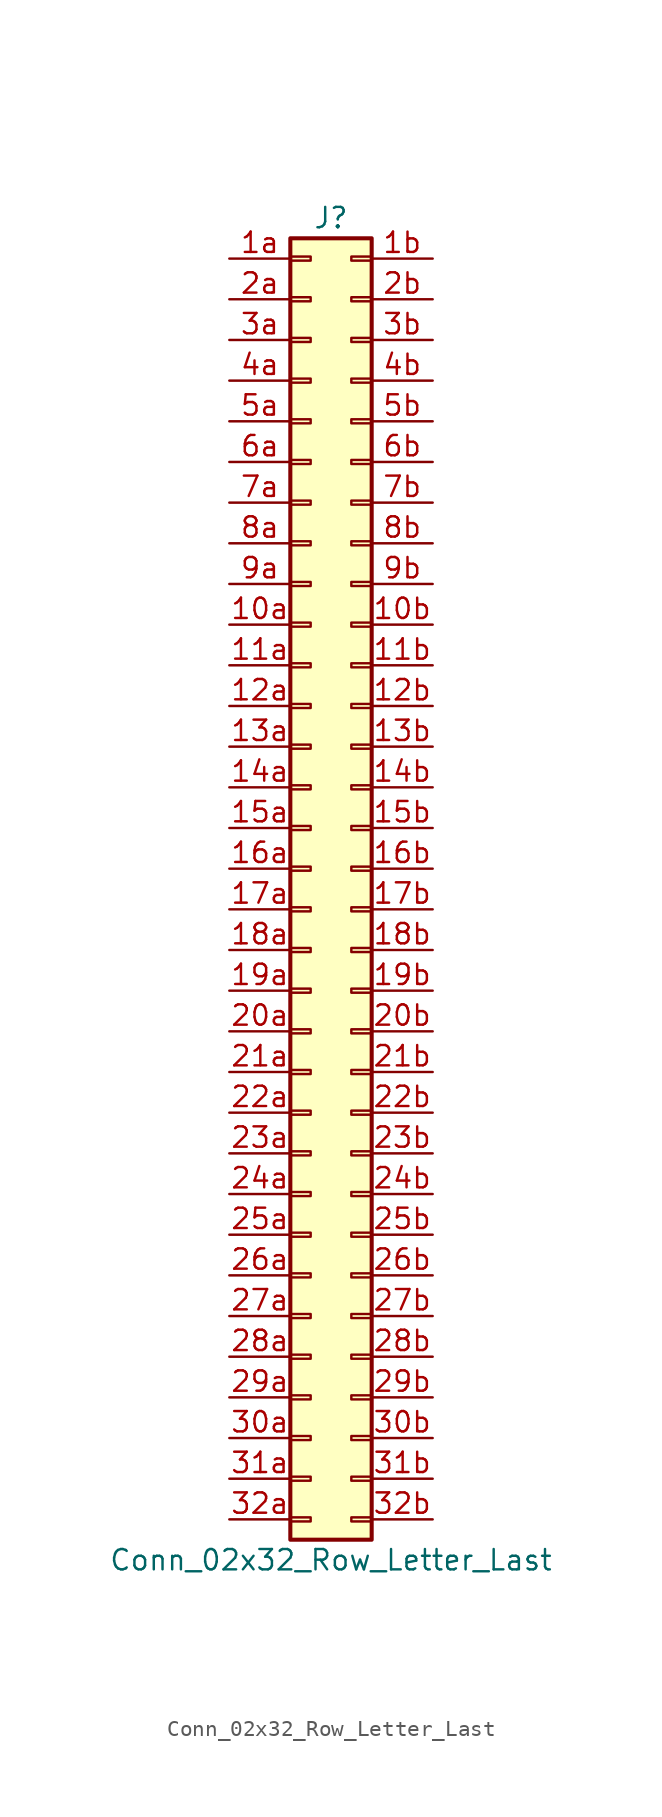
<source format=kicad_sym>
(kicad_symbol_lib
  (version 20211014)
  (generator kicad_symbol_editor)
  (symbol "Conn_02x32_Row_Letter_Last"
    (pin_names
      (offset 1.016) hide)
    (property "Reference" "J"
      (at 1.27 40.64 0)
      (effects (font (size 1.27 1.27))))
    (property "Value" "Conn_02x32_Row_Letter_Last"
      (at 1.27 -43.18 0)
      (effects (font (size 1.27 1.27))))
    (symbol "Conn_02x32_Row_Letter_Last_1_1"
      (rectangle (start -1.27 -40.513) (end 0 -40.767) (stroke (width 0.152) (type default) (color 0 0 0 0)) (fill (type none)))
      (rectangle (start -1.27 -37.973) (end 0 -38.227) (stroke (width 0.152) (type default) (color 0 0 0 0)) (fill (type none)))
      (rectangle (start -1.27 -35.433) (end 0 -35.687) (stroke (width 0.152) (type default) (color 0 0 0 0)) (fill (type none)))
      (rectangle (start -1.27 -32.893) (end 0 -33.147) (stroke (width 0.152) (type default) (color 0 0 0 0)) (fill (type none)))
      (rectangle (start -1.27 -30.353) (end 0 -30.607) (stroke (width 0.152) (type default) (color 0 0 0 0)) (fill (type none)))
      (rectangle (start -1.27 -27.813) (end 0 -28.067) (stroke (width 0.152) (type default) (color 0 0 0 0)) (fill (type none)))
      (rectangle (start -1.27 -25.273) (end 0 -25.527) (stroke (width 0.152) (type default) (color 0 0 0 0)) (fill (type none)))
      (rectangle (start -1.27 -22.733) (end 0 -22.987) (stroke (width 0.152) (type default) (color 0 0 0 0)) (fill (type none)))
      (rectangle (start -1.27 -20.193) (end 0 -20.447) (stroke (width 0.152) (type default) (color 0 0 0 0)) (fill (type none)))
      (rectangle (start -1.27 -17.653) (end 0 -17.907) (stroke (width 0.152) (type default) (color 0 0 0 0)) (fill (type none)))
      (rectangle (start -1.27 -15.113) (end 0 -15.367) (stroke (width 0.152) (type default) (color 0 0 0 0)) (fill (type none)))
      (rectangle (start -1.27 -12.573) (end 0 -12.827) (stroke (width 0.152) (type default) (color 0 0 0 0)) (fill (type none)))
      (rectangle (start -1.27 -10.033) (end 0 -10.287) (stroke (width 0.152) (type default) (color 0 0 0 0)) (fill (type none)))
      (rectangle (start -1.27 -7.493) (end 0 -7.747) (stroke (width 0.152) (type default) (color 0 0 0 0)) (fill (type none)))
      (rectangle (start -1.27 -4.953) (end 0 -5.207) (stroke (width 0.152) (type default) (color 0 0 0 0)) (fill (type none)))
      (rectangle (start -1.27 -2.413) (end 0 -2.667) (stroke (width 0.152) (type default) (color 0 0 0 0)) (fill (type none)))
      (rectangle (start -1.27 0.127) (end 0 -0.127) (stroke (width 0.152) (type default) (color 0 0 0 0)) (fill (type none)))
      (rectangle (start -1.27 2.667) (end 0 2.413) (stroke (width 0.152) (type default) (color 0 0 0 0)) (fill (type none)))
      (rectangle (start -1.27 5.207) (end 0 4.953) (stroke (width 0.152) (type default) (color 0 0 0 0)) (fill (type none)))
      (rectangle (start -1.27 7.747) (end 0 7.493) (stroke (width 0.152) (type default) (color 0 0 0 0)) (fill (type none)))
      (rectangle (start -1.27 10.287) (end 0 10.033) (stroke (width 0.152) (type default) (color 0 0 0 0)) (fill (type none)))
      (rectangle (start -1.27 12.827) (end 0 12.573) (stroke (width 0.152) (type default) (color 0 0 0 0)) (fill (type none)))
      (rectangle (start -1.27 15.367) (end 0 15.113) (stroke (width 0.152) (type default) (color 0 0 0 0)) (fill (type none)))
      (rectangle (start -1.27 17.907) (end 0 17.653) (stroke (width 0.152) (type default) (color 0 0 0 0)) (fill (type none)))
      (rectangle (start -1.27 20.447) (end 0 20.193) (stroke (width 0.152) (type default) (color 0 0 0 0)) (fill (type none)))
      (rectangle (start -1.27 22.987) (end 0 22.733) (stroke (width 0.152) (type default) (color 0 0 0 0)) (fill (type none)))
      (rectangle (start -1.27 25.527) (end 0 25.273) (stroke (width 0.152) (type default) (color 0 0 0 0)) (fill (type none)))
      (rectangle (start -1.27 28.067) (end 0 27.813) (stroke (width 0.152) (type default) (color 0 0 0 0)) (fill (type none)))
      (rectangle (start -1.27 30.607) (end 0 30.353) (stroke (width 0.152) (type default) (color 0 0 0 0)) (fill (type none)))
      (rectangle (start -1.27 33.147) (end 0 32.893) (stroke (width 0.152) (type default) (color 0 0 0 0)) (fill (type none)))
      (rectangle (start -1.27 35.687) (end 0 35.433) (stroke (width 0.152) (type default) (color 0 0 0 0)) (fill (type none)))
      (rectangle (start -1.27 38.227) (end 0 37.973) (stroke (width 0.152) (type default) (color 0 0 0 0)) (fill (type none)))
      (rectangle (start -1.27 39.37) (end 3.81 -41.91) (stroke (width 0.254) (type default) (color 0 0 0 0)) (fill (type background)))
      (rectangle (start 3.81 -40.513) (end 2.54 -40.767) (stroke (width 0.152) (type default) (color 0 0 0 0)) (fill (type none)))
      (rectangle (start 3.81 -37.973) (end 2.54 -38.227) (stroke (width 0.152) (type default) (color 0 0 0 0)) (fill (type none)))
      (rectangle (start 3.81 -35.433) (end 2.54 -35.687) (stroke (width 0.152) (type default) (color 0 0 0 0)) (fill (type none)))
      (rectangle (start 3.81 -32.893) (end 2.54 -33.147) (stroke (width 0.152) (type default) (color 0 0 0 0)) (fill (type none)))
      (rectangle (start 3.81 -30.353) (end 2.54 -30.607) (stroke (width 0.152) (type default) (color 0 0 0 0)) (fill (type none)))
      (rectangle (start 3.81 -27.813) (end 2.54 -28.067) (stroke (width 0.152) (type default) (color 0 0 0 0)) (fill (type none)))
      (rectangle (start 3.81 -25.273) (end 2.54 -25.527) (stroke (width 0.152) (type default) (color 0 0 0 0)) (fill (type none)))
      (rectangle (start 3.81 -22.733) (end 2.54 -22.987) (stroke (width 0.152) (type default) (color 0 0 0 0)) (fill (type none)))
      (rectangle (start 3.81 -20.193) (end 2.54 -20.447) (stroke (width 0.152) (type default) (color 0 0 0 0)) (fill (type none)))
      (rectangle (start 3.81 -17.653) (end 2.54 -17.907) (stroke (width 0.152) (type default) (color 0 0 0 0)) (fill (type none)))
      (rectangle (start 3.81 -15.113) (end 2.54 -15.367) (stroke (width 0.152) (type default) (color 0 0 0 0)) (fill (type none)))
      (rectangle (start 3.81 -12.573) (end 2.54 -12.827) (stroke (width 0.152) (type default) (color 0 0 0 0)) (fill (type none)))
      (rectangle (start 3.81 -10.033) (end 2.54 -10.287) (stroke (width 0.152) (type default) (color 0 0 0 0)) (fill (type none)))
      (rectangle (start 3.81 -7.493) (end 2.54 -7.747) (stroke (width 0.152) (type default) (color 0 0 0 0)) (fill (type none)))
      (rectangle (start 3.81 -4.953) (end 2.54 -5.207) (stroke (width 0.152) (type default) (color 0 0 0 0)) (fill (type none)))
      (rectangle (start 3.81 -2.413) (end 2.54 -2.667) (stroke (width 0.152) (type default) (color 0 0 0 0)) (fill (type none)))
      (rectangle (start 3.81 0.127) (end 2.54 -0.127) (stroke (width 0.152) (type default) (color 0 0 0 0)) (fill (type none)))
      (rectangle (start 3.81 2.667) (end 2.54 2.413) (stroke (width 0.152) (type default) (color 0 0 0 0)) (fill (type none)))
      (rectangle (start 3.81 5.207) (end 2.54 4.953) (stroke (width 0.152) (type default) (color 0 0 0 0)) (fill (type none)))
      (rectangle (start 3.81 7.747) (end 2.54 7.493) (stroke (width 0.152) (type default) (color 0 0 0 0)) (fill (type none)))
      (rectangle (start 3.81 10.287) (end 2.54 10.033) (stroke (width 0.152) (type default) (color 0 0 0 0)) (fill (type none)))
      (rectangle (start 3.81 12.827) (end 2.54 12.573) (stroke (width 0.152) (type default) (color 0 0 0 0)) (fill (type none)))
      (rectangle (start 3.81 15.367) (end 2.54 15.113) (stroke (width 0.152) (type default) (color 0 0 0 0)) (fill (type none)))
      (rectangle (start 3.81 17.907) (end 2.54 17.653) (stroke (width 0.152) (type default) (color 0 0 0 0)) (fill (type none)))
      (rectangle (start 3.81 20.447) (end 2.54 20.193) (stroke (width 0.152) (type default) (color 0 0 0 0)) (fill (type none)))
      (rectangle (start 3.81 22.987) (end 2.54 22.733) (stroke (width 0.152) (type default) (color 0 0 0 0)) (fill (type none)))
      (rectangle (start 3.81 25.527) (end 2.54 25.273) (stroke (width 0.152) (type default) (color 0 0 0 0)) (fill (type none)))
      (rectangle (start 3.81 28.067) (end 2.54 27.813) (stroke (width 0.152) (type default) (color 0 0 0 0)) (fill (type none)))
      (rectangle (start 3.81 30.607) (end 2.54 30.353) (stroke (width 0.152) (type default) (color 0 0 0 0)) (fill (type none)))
      (rectangle (start 3.81 33.147) (end 2.54 32.893) (stroke (width 0.152) (type default) (color 0 0 0 0)) (fill (type none)))
      (rectangle (start 3.81 35.687) (end 2.54 35.433) (stroke (width 0.152) (type default) (color 0 0 0 0)) (fill (type none)))
      (rectangle (start 3.81 38.227) (end 2.54 37.973) (stroke (width 0.152) (type default) (color 0 0 0 0)) (fill (type none)))
      (pin passive line (at -5.08 15.24 0) (length 3.81) (name "Pin_10a" (effects (font (size 1.27 1.27)))) (number "10a" (effects (font (size 1.27 1.27)))))
      (pin passive line (at 7.62 15.24 180) (length 3.81) (name "Pin_10b" (effects (font (size 1.27 1.27)))) (number "10b" (effects (font (size 1.27 1.27)))))
      (pin passive line (at -5.08 12.7 0) (length 3.81) (name "Pin_11a" (effects (font (size 1.27 1.27)))) (number "11a" (effects (font (size 1.27 1.27)))))
      (pin passive line (at 7.62 12.7 180) (length 3.81) (name "Pin_11b" (effects (font (size 1.27 1.27)))) (number "11b" (effects (font (size 1.27 1.27)))))
      (pin passive line (at -5.08 10.16 0) (length 3.81) (name "Pin_12a" (effects (font (size 1.27 1.27)))) (number "12a" (effects (font (size 1.27 1.27)))))
      (pin passive line (at 7.62 10.16 180) (length 3.81) (name "Pin_12b" (effects (font (size 1.27 1.27)))) (number "12b" (effects (font (size 1.27 1.27)))))
      (pin passive line (at -5.08 7.62 0) (length 3.81) (name "Pin_13a" (effects (font (size 1.27 1.27)))) (number "13a" (effects (font (size 1.27 1.27)))))
      (pin passive line (at 7.62 7.62 180) (length 3.81) (name "Pin_13b" (effects (font (size 1.27 1.27)))) (number "13b" (effects (font (size 1.27 1.27)))))
      (pin passive line (at -5.08 5.08 0) (length 3.81) (name "Pin_14a" (effects (font (size 1.27 1.27)))) (number "14a" (effects (font (size 1.27 1.27)))))
      (pin passive line (at 7.62 5.08 180) (length 3.81) (name "Pin_14b" (effects (font (size 1.27 1.27)))) (number "14b" (effects (font (size 1.27 1.27)))))
      (pin passive line (at -5.08 2.54 0) (length 3.81) (name "Pin_15a" (effects (font (size 1.27 1.27)))) (number "15a" (effects (font (size 1.27 1.27)))))
      (pin passive line (at 7.62 2.54 180) (length 3.81) (name "Pin_15b" (effects (font (size 1.27 1.27)))) (number "15b" (effects (font (size 1.27 1.27)))))
      (pin passive line (at -5.08 0 0) (length 3.81) (name "Pin_16a" (effects (font (size 1.27 1.27)))) (number "16a" (effects (font (size 1.27 1.27)))))
      (pin passive line (at 7.62 0 180) (length 3.81) (name "Pin_16b" (effects (font (size 1.27 1.27)))) (number "16b" (effects (font (size 1.27 1.27)))))
      (pin passive line (at -5.08 -2.54 0) (length 3.81) (name "Pin_17a" (effects (font (size 1.27 1.27)))) (number "17a" (effects (font (size 1.27 1.27)))))
      (pin passive line (at 7.62 -2.54 180) (length 3.81) (name "Pin_17b" (effects (font (size 1.27 1.27)))) (number "17b" (effects (font (size 1.27 1.27)))))
      (pin passive line (at -5.08 -5.08 0) (length 3.81) (name "Pin_18a" (effects (font (size 1.27 1.27)))) (number "18a" (effects (font (size 1.27 1.27)))))
      (pin passive line (at 7.62 -5.08 180) (length 3.81) (name "Pin_18b" (effects (font (size 1.27 1.27)))) (number "18b" (effects (font (size 1.27 1.27)))))
      (pin passive line (at -5.08 -7.62 0) (length 3.81) (name "Pin_19a" (effects (font (size 1.27 1.27)))) (number "19a" (effects (font (size 1.27 1.27)))))
      (pin passive line (at 7.62 -7.62 180) (length 3.81) (name "Pin_19b" (effects (font (size 1.27 1.27)))) (number "19b" (effects (font (size 1.27 1.27)))))
      (pin passive line (at -5.08 38.1 0) (length 3.81) (name "Pin_1a" (effects (font (size 1.27 1.27)))) (number "1a" (effects (font (size 1.27 1.27)))))
      (pin passive line (at 7.62 38.1 180) (length 3.81) (name "Pin_1b" (effects (font (size 1.27 1.27)))) (number "1b" (effects (font (size 1.27 1.27)))))
      (pin passive line (at -5.08 -10.16 0) (length 3.81) (name "Pin_20a" (effects (font (size 1.27 1.27)))) (number "20a" (effects (font (size 1.27 1.27)))))
      (pin passive line (at 7.62 -10.16 180) (length 3.81) (name "Pin_20b" (effects (font (size 1.27 1.27)))) (number "20b" (effects (font (size 1.27 1.27)))))
      (pin passive line (at -5.08 -12.7 0) (length 3.81) (name "Pin_21a" (effects (font (size 1.27 1.27)))) (number "21a" (effects (font (size 1.27 1.27)))))
      (pin passive line (at 7.62 -12.7 180) (length 3.81) (name "Pin_21b" (effects (font (size 1.27 1.27)))) (number "21b" (effects (font (size 1.27 1.27)))))
      (pin passive line (at -5.08 -15.24 0) (length 3.81) (name "Pin_22a" (effects (font (size 1.27 1.27)))) (number "22a" (effects (font (size 1.27 1.27)))))
      (pin passive line (at 7.62 -15.24 180) (length 3.81) (name "Pin_22b" (effects (font (size 1.27 1.27)))) (number "22b" (effects (font (size 1.27 1.27)))))
      (pin passive line (at -5.08 -17.78 0) (length 3.81) (name "Pin_23a" (effects (font (size 1.27 1.27)))) (number "23a" (effects (font (size 1.27 1.27)))))
      (pin passive line (at 7.62 -17.78 180) (length 3.81) (name "Pin_23b" (effects (font (size 1.27 1.27)))) (number "23b" (effects (font (size 1.27 1.27)))))
      (pin passive line (at -5.08 -20.32 0) (length 3.81) (name "Pin_24a" (effects (font (size 1.27 1.27)))) (number "24a" (effects (font (size 1.27 1.27)))))
      (pin passive line (at 7.62 -20.32 180) (length 3.81) (name "Pin_24b" (effects (font (size 1.27 1.27)))) (number "24b" (effects (font (size 1.27 1.27)))))
      (pin passive line (at -5.08 -22.86 0) (length 3.81) (name "Pin_25a" (effects (font (size 1.27 1.27)))) (number "25a" (effects (font (size 1.27 1.27)))))
      (pin passive line (at 7.62 -22.86 180) (length 3.81) (name "Pin_25b" (effects (font (size 1.27 1.27)))) (number "25b" (effects (font (size 1.27 1.27)))))
      (pin passive line (at -5.08 -25.4 0) (length 3.81) (name "Pin_26a" (effects (font (size 1.27 1.27)))) (number "26a" (effects (font (size 1.27 1.27)))))
      (pin passive line (at 7.62 -25.4 180) (length 3.81) (name "Pin_26b" (effects (font (size 1.27 1.27)))) (number "26b" (effects (font (size 1.27 1.27)))))
      (pin passive line (at -5.08 -27.94 0) (length 3.81) (name "Pin_27a" (effects (font (size 1.27 1.27)))) (number "27a" (effects (font (size 1.27 1.27)))))
      (pin passive line (at 7.62 -27.94 180) (length 3.81) (name "Pin_27b" (effects (font (size 1.27 1.27)))) (number "27b" (effects (font (size 1.27 1.27)))))
      (pin passive line (at -5.08 -30.48 0) (length 3.81) (name "Pin_28a" (effects (font (size 1.27 1.27)))) (number "28a" (effects (font (size 1.27 1.27)))))
      (pin passive line (at 7.62 -30.48 180) (length 3.81) (name "Pin_28b" (effects (font (size 1.27 1.27)))) (number "28b" (effects (font (size 1.27 1.27)))))
      (pin passive line (at -5.08 -33.02 0) (length 3.81) (name "Pin_29a" (effects (font (size 1.27 1.27)))) (number "29a" (effects (font (size 1.27 1.27)))))
      (pin passive line (at 7.62 -33.02 180) (length 3.81) (name "Pin_29b" (effects (font (size 1.27 1.27)))) (number "29b" (effects (font (size 1.27 1.27)))))
      (pin passive line (at -5.08 35.56 0) (length 3.81) (name "Pin_2a" (effects (font (size 1.27 1.27)))) (number "2a" (effects (font (size 1.27 1.27)))))
      (pin passive line (at 7.62 35.56 180) (length 3.81) (name "Pin_2b" (effects (font (size 1.27 1.27)))) (number "2b" (effects (font (size 1.27 1.27)))))
      (pin passive line (at -5.08 -35.56 0) (length 3.81) (name "Pin_30a" (effects (font (size 1.27 1.27)))) (number "30a" (effects (font (size 1.27 1.27)))))
      (pin passive line (at 7.62 -35.56 180) (length 3.81) (name "Pin_30b" (effects (font (size 1.27 1.27)))) (number "30b" (effects (font (size 1.27 1.27)))))
      (pin passive line (at -5.08 -38.1 0) (length 3.81) (name "Pin_31a" (effects (font (size 1.27 1.27)))) (number "31a" (effects (font (size 1.27 1.27)))))
      (pin passive line (at 7.62 -38.1 180) (length 3.81) (name "Pin_31b" (effects (font (size 1.27 1.27)))) (number "31b" (effects (font (size 1.27 1.27)))))
      (pin passive line (at -5.08 -40.64 0) (length 3.81) (name "Pin_32a" (effects (font (size 1.27 1.27)))) (number "32a" (effects (font (size 1.27 1.27)))))
      (pin passive line (at 7.62 -40.64 180) (length 3.81) (name "Pin_32b" (effects (font (size 1.27 1.27)))) (number "32b" (effects (font (size 1.27 1.27)))))
      (pin passive line (at -5.08 33.02 0) (length 3.81) (name "Pin_3a" (effects (font (size 1.27 1.27)))) (number "3a" (effects (font (size 1.27 1.27)))))
      (pin passive line (at 7.62 33.02 180) (length 3.81) (name "Pin_3b" (effects (font (size 1.27 1.27)))) (number "3b" (effects (font (size 1.27 1.27)))))
      (pin passive line (at -5.08 30.48 0) (length 3.81) (name "Pin_4a" (effects (font (size 1.27 1.27)))) (number "4a" (effects (font (size 1.27 1.27)))))
      (pin passive line (at 7.62 30.48 180) (length 3.81) (name "Pin_4b" (effects (font (size 1.27 1.27)))) (number "4b" (effects (font (size 1.27 1.27)))))
      (pin passive line (at -5.08 27.94 0) (length 3.81) (name "Pin_5a" (effects (font (size 1.27 1.27)))) (number "5a" (effects (font (size 1.27 1.27)))))
      (pin passive line (at 7.62 27.94 180) (length 3.81) (name "Pin_5b" (effects (font (size 1.27 1.27)))) (number "5b" (effects (font (size 1.27 1.27)))))
      (pin passive line (at -5.08 25.4 0) (length 3.81) (name "Pin_6a" (effects (font (size 1.27 1.27)))) (number "6a" (effects (font (size 1.27 1.27)))))
      (pin passive line (at 7.62 25.4 180) (length 3.81) (name "Pin_6b" (effects (font (size 1.27 1.27)))) (number "6b" (effects (font (size 1.27 1.27)))))
      (pin passive line (at -5.08 22.86 0) (length 3.81) (name "Pin_7a" (effects (font (size 1.27 1.27)))) (number "7a" (effects (font (size 1.27 1.27)))))
      (pin passive line (at 7.62 22.86 180) (length 3.81) (name "Pin_7b" (effects (font (size 1.27 1.27)))) (number "7b" (effects (font (size 1.27 1.27)))))
      (pin passive line (at -5.08 20.32 0) (length 3.81) (name "Pin_8a" (effects (font (size 1.27 1.27)))) (number "8a" (effects (font (size 1.27 1.27)))))
      (pin passive line (at 7.62 20.32 180) (length 3.81) (name "Pin_8b" (effects (font (size 1.27 1.27)))) (number "8b" (effects (font (size 1.27 1.27)))))
      (pin passive line (at -5.08 17.78 0) (length 3.81) (name "Pin_9a" (effects (font (size 1.27 1.27)))) (number "9a" (effects (font (size 1.27 1.27)))))
      (pin passive line (at 7.62 17.78 180) (length 3.81) (name "Pin_9b" (effects (font (size 1.27 1.27)))) (number "9b" (effects (font (size 1.27 1.27))))))))
</source>
